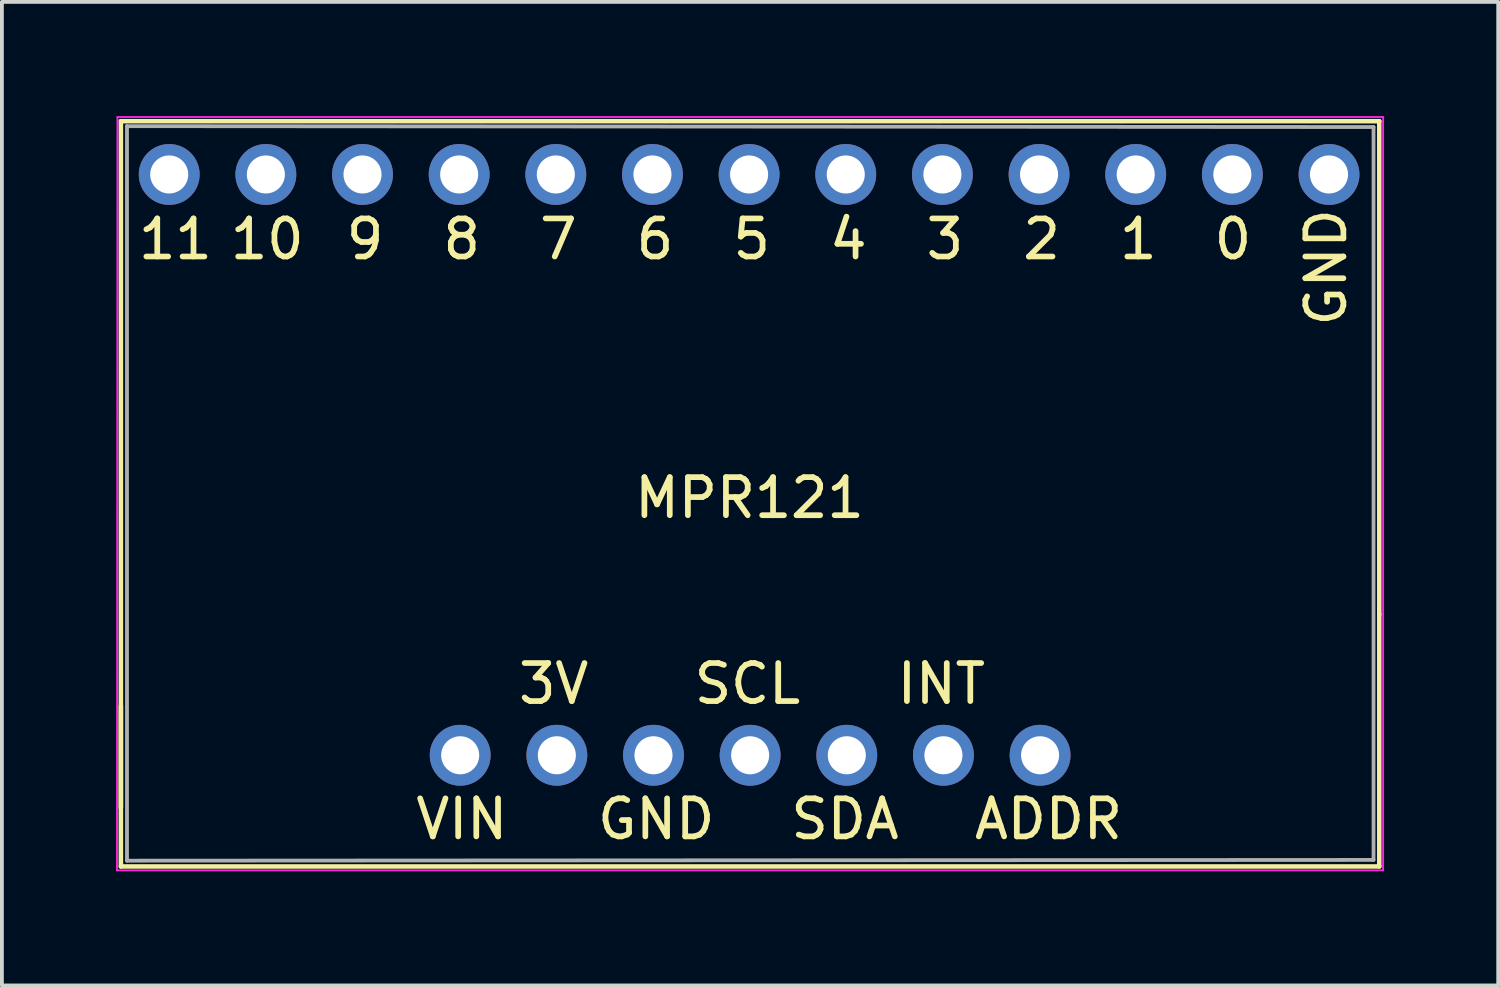
<source format=kicad_pcb>
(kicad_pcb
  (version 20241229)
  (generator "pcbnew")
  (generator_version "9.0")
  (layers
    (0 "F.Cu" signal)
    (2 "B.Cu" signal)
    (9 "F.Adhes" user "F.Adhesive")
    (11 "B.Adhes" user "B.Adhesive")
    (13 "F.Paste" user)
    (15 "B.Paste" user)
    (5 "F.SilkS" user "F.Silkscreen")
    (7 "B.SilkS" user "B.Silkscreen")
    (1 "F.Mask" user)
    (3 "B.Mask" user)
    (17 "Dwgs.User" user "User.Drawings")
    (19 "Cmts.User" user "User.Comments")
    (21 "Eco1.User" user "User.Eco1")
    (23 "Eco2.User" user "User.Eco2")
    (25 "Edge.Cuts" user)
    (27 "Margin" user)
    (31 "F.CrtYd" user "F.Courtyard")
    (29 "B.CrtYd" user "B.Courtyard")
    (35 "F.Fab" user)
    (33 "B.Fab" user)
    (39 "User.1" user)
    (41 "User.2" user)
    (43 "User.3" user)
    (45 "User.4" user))
  (footprint "MPR121"
    (layer "F.Cu")
    (at 1.397 1.535)
    (property "Reference" "MPR121" (at 15.25 8.5 180) (layer "F.SilkS") (effects (font (size 1 1) (thickness 0.15))))
    (attr through_hole)
    (fp_line (start -1.27 -1.4) (end -1.27 16.64) (stroke (width 0.12) (type solid)) (layer "F.SilkS"))
    (fp_line (start -1.27 13.97) (end -1.27 18.186) (stroke (width 0.12) (type solid)) (layer "F.SilkS"))
    (fp_line (start -1.27 18.186) (end 31.801 18.186) (stroke (width 0.12) (type solid)) (layer "F.SilkS"))
    (fp_line (start 31.801 -1.4) (end -1.27 -1.4) (stroke (width 0.12) (type solid)) (layer "F.SilkS"))
    (fp_line (start 31.801 -1.4) (end 31.801 11.56) (stroke (width 0.12) (type solid)) (layer "F.SilkS"))
    (fp_line (start 31.801 18.186) (end 31.801 11.56) (stroke (width 0.12) (type solid)) (layer "F.SilkS"))
    (fp_line (start -1.372 18.288) (end -1.36 -1.51) (stroke (width 0.05) (type solid)) (layer "F.CrtYd"))
    (fp_line (start -1.372 18.288) (end 31.902 18.288) (stroke (width 0.05) (type solid)) (layer "F.CrtYd"))
    (fp_line (start 31.902 -1.51) (end -1.36 -1.51) (stroke (width 0.05) (type solid)) (layer "F.CrtYd"))
    (fp_line (start 31.902 -1.51) (end 31.902 18.288) (stroke (width 0.05) (type solid)) (layer "F.CrtYd"))
    (fp_line (start -1.11 -1.27) (end 31.65 -1.246) (stroke (width 0.1) (type solid)) (layer "F.Fab"))
    (fp_line (start -1.11 18.034) (end -1.11 -1.27) (stroke (width 0.1) (type solid)) (layer "F.Fab"))
    (fp_line (start 31.65 -1.246) (end 31.65 18.014) (stroke (width 0.1) (type solid)) (layer "F.Fab"))
    (fp_line (start 31.65 18.014) (end -1.11 18.034) (stroke (width 0.1) (type solid)) (layer "F.Fab"))
    (fp_text user "INT" (at 19.05 13.97 0) (unlocked yes) (layer "F.SilkS") (effects (font (size 1 1) (thickness 0.15)) (justify left bottom)))
    (fp_text user "3V" (at 9.1 13.97 0) (unlocked yes) (layer "F.SilkS") (effects (font (size 1 1) (thickness 0.15)) (justify left bottom)))
    (fp_text user "0" (at 27.38 2.286 0) (unlocked yes) (layer "F.SilkS") (effects (font (size 1 1) (thickness 0.15)) (justify left bottom)))
    (fp_text user "1" (at 24.892 2.286 0) (unlocked yes) (layer "F.SilkS") (effects (font (size 1 1) (thickness 0.15)) (justify left bottom)))
    (fp_text user "ADDR" (at 21.082 17.526 0) (unlocked yes) (layer "F.SilkS") (effects (font (size 1 1) (thickness 0.15)) (justify left bottom)))
    (fp_text user "SCL" (at 13.716 13.97 0) (unlocked yes) (layer "F.SilkS") (effects (font (size 1 1) (thickness 0.15)) (justify left bottom)))
    (fp_text user "GND" (at 11.176 17.526 0) (unlocked yes) (layer "F.SilkS") (effects (font (size 1 1) (thickness 0.15)) (justify left bottom)))
    (fp_text user "7" (at 9.652 2.286 0) (unlocked yes) (layer "F.SilkS") (effects (font (size 1 1) (thickness 0.15)) (justify left bottom)))
    (fp_text user "2" (at 22.352 2.286 0) (unlocked yes) (layer "F.SilkS") (effects (font (size 1 1) (thickness 0.15)) (justify left bottom)))
    (fp_text user "10" (at 1.524 2.286 0) (unlocked yes) (layer "F.SilkS") (effects (font (size 1 1) (thickness 0.15)) (justify left bottom)))
    (fp_text user "5" (at 14.732 2.286 0) (unlocked yes) (layer "F.SilkS") (effects (font (size 1 1) (thickness 0.15)) (justify left bottom)))
    (fp_text user "GND" (at 30.988 4.064 90) (unlocked yes) (layer "F.SilkS") (effects (font (size 1 1) (thickness 0.15)) (justify left bottom)))
    (fp_text user "6" (at 12.192 2.286 0) (unlocked yes) (layer "F.SilkS") (effects (font (size 1 1) (thickness 0.15)) (justify left bottom)))
    (fp_text user "SDA" (at 16.256 17.526 0) (unlocked yes) (layer "F.SilkS") (effects (font (size 1 1) (thickness 0.15)) (justify left bottom)))
    (fp_text user "3" (at 19.812 2.286 0) (unlocked yes) (layer "F.SilkS") (effects (font (size 1 1) (thickness 0.15)) (justify left bottom)))
    (fp_text user "4" (at 17.272 2.286 0) (unlocked yes) (layer "F.SilkS") (effects (font (size 1 1) (thickness 0.15)) (justify left bottom)))
    (fp_text user "8" (at 7.112 2.286 0) (unlocked yes) (layer "F.SilkS") (effects (font (size 1 1) (thickness 0.15)) (justify left bottom)))
    (fp_text user "VIN" (at 6.4 17.526 0) (unlocked yes) (layer "F.SilkS") (effects (font (size 1 1) (thickness 0.15)) (justify left bottom)))
    (fp_text user "11" (at -0.889 2.286 0) (unlocked yes) (layer "F.SilkS") (effects (font (size 1 1) (thickness 0.15)) (justify left bottom)))
    (fp_text user "9" (at 4.572 2.286 0) (unlocked yes) (layer "F.SilkS") (effects (font (size 1 1) (thickness 0.15)) (justify left bottom)))
    (pad "1" thru_hole oval (at 20.347 15.264 90) (size 1.6 1.6) (drill 1) (layers "*.Cu" "*.Mask"))
    (pad "2" thru_hole oval (at 15.267 15.264 90) (size 1.6 1.6) (drill 1) (layers "*.Cu" "*.Mask"))
    (pad "3" thru_hole oval (at 17.807 15.264 90) (size 1.6 1.6) (drill 1) (layers "*.Cu" "*.Mask"))
    (pad "4" thru_hole oval (at 22.887 15.264 90) (size 1.6 1.6) (drill 1) (layers "*.Cu" "*.Mask"))
    (pad "5" thru_hole oval (at 10.187 15.264 90) (size 1.6 1.6) (drill 1) (layers "*.Cu" "*.Mask"))
    (pad "6" thru_hole oval (at 12.727 15.264 90) (size 1.6 1.6) (drill 1) (layers "*.Cu" "*.Mask"))
    (pad "7" thru_hole oval (at 30.48 0 90) (size 1.6 1.6) (drill 1) (layers "*.Cu" "*.Mask"))
    (pad "8" thru_hole oval (at 27.94 0 90) (size 1.6 1.6) (drill 1) (layers "*.Cu" "*.Mask"))
    (pad "9" thru_hole oval (at 25.4 0 90) (size 1.6 1.6) (drill 1) (layers "*.Cu" "*.Mask"))
    (pad "10" thru_hole oval (at 22.86 0 90) (size 1.6 1.6) (drill 1) (layers "*.Cu" "*.Mask"))
    (pad "11" thru_hole oval (at 20.32 0 90) (size 1.6 1.6) (drill 1) (layers "*.Cu" "*.Mask"))
    (pad "12" thru_hole oval (at 17.78 0 90) (size 1.6 1.6) (drill 1) (layers "*.Cu" "*.Mask"))
    (pad "13" thru_hole oval (at 15.24 0 90) (size 1.6 1.6) (drill 1) (layers "*.Cu" "*.Mask"))
    (pad "14" thru_hole oval (at 12.7 0 90) (size 1.6 1.6) (drill 1) (layers "*.Cu" "*.Mask"))
    (pad "15" thru_hole oval (at 10.16 0 90) (size 1.6 1.6) (drill 1) (layers "*.Cu" "*.Mask"))
    (pad "16" thru_hole oval (at 7.62 0 90) (size 1.6 1.6) (drill 1) (layers "*.Cu" "*.Mask"))
    (pad "17" thru_hole oval (at 5.08 0 90) (size 1.6 1.6) (drill 1) (layers "*.Cu" "*.Mask"))
    (pad "18" thru_hole oval (at 2.54 0 90) (size 1.6 1.6) (drill 1) (layers "*.Cu" "*.Mask"))
    (pad "19" thru_hole oval (at 0 0 90) (size 1.6 1.6) (drill 1) (layers "*.Cu" "*.Mask"))
    (pad "20" thru_hole oval (at 7.647 15.264 90) (size 1.6 1.6) (drill 1) (layers "*.Cu" "*.Mask")))
  (gr_rect
    (start -3 -3)
    (end 36.324 22.848)
    (stroke (width 0.1) (type default))
    (fill no)
    (layer "Edge.Cuts")))
</source>
